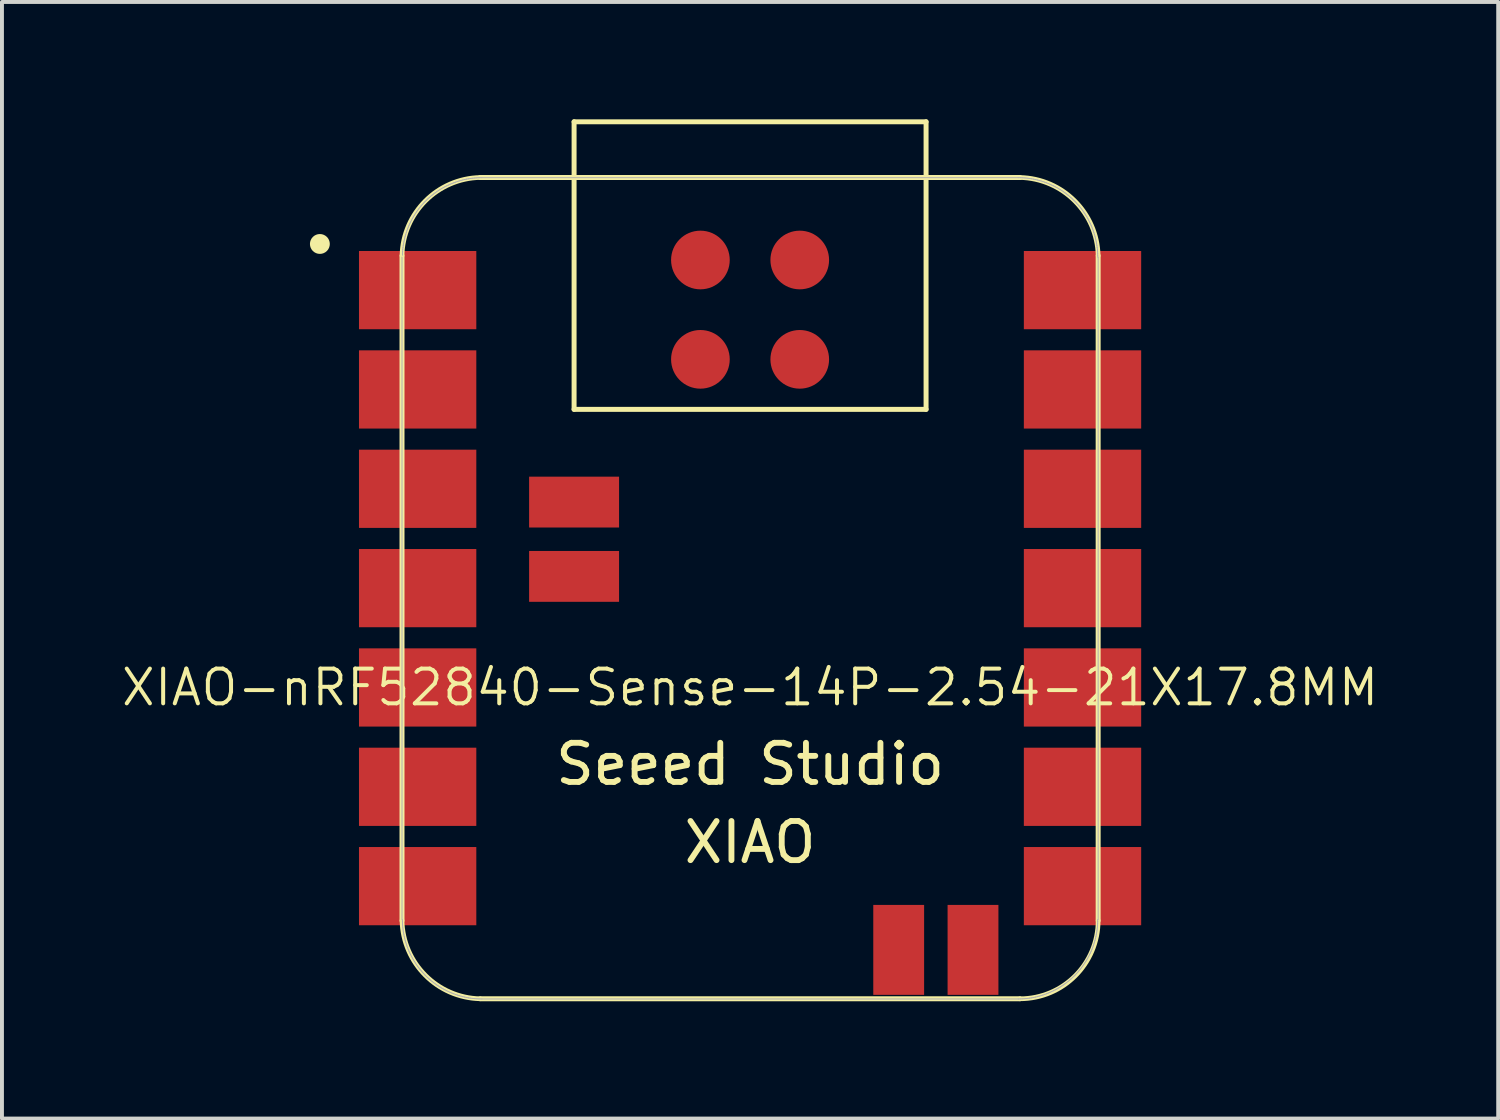
<source format=kicad_pcb>
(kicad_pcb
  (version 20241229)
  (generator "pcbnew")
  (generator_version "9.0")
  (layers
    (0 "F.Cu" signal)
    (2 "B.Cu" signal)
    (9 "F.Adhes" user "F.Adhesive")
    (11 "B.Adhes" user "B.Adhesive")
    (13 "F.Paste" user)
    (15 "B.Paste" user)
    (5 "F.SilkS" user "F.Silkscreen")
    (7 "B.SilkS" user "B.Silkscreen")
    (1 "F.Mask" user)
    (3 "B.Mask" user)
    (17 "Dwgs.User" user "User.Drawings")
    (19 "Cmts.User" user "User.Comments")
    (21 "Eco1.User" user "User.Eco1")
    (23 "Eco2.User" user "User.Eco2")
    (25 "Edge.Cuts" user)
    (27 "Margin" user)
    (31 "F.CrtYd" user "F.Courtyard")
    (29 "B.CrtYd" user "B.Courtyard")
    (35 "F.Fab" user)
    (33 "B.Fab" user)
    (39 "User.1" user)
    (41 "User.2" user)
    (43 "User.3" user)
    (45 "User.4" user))
  (footprint "XIAO-nRF52840-Sense-14P-2.54-21X17.8MM"
    (layer "F.Cu")
    (at 16.129 11.988)
    (property "Reference" "XIAO-nRF52840-Sense-14P-2.54-21X17.8MM" (at 0 2.54 0) (layer "F.SilkS") (effects (font (size 0.889 0.889) (thickness 0.102))))
    (attr smd)
    (fp_line (start -8.9 -8.5) (end -8.9 8.5) (stroke (width 0.127) (type solid)) (layer "F.SilkS"))
    (fp_line (start -6.9 10.5) (end 6.9 10.5) (stroke (width 0.127) (type solid)) (layer "F.SilkS"))
    (fp_line (start -4.5 -11.924) (end 4.5 -11.924) (stroke (width 0.127) (type solid)) (layer "F.SilkS"))
    (fp_line (start -4.5 -4.571) (end -4.5 -11.924) (stroke (width 0.127) (type solid)) (layer "F.SilkS"))
    (fp_line (start 4.5 -11.924) (end 4.5 -4.571) (stroke (width 0.127) (type solid)) (layer "F.SilkS"))
    (fp_line (start 4.5 -4.571) (end -4.5 -4.571) (stroke (width 0.127) (type solid)) (layer "F.SilkS"))
    (fp_line (start 6.9 -10.499) (end -6.9 -10.499) (stroke (width 0.127) (type solid)) (layer "F.SilkS"))
    (fp_line (start 8.9 8.5) (end 8.9 -8.5) (stroke (width 0.127) (type solid)) (layer "F.SilkS"))
    (fp_arc (start -8.9 -8.5) (mid -8.301491 -9.901491) (end -6.9 -10.5) (stroke (width 0.12) (type solid)) (layer "F.SilkS"))
    (fp_arc (start -6.9 10.5) (mid -8.301423 9.901423) (end -8.9 8.5) (stroke (width 0.12) (type solid)) (layer "F.SilkS"))
    (fp_arc (start 6.9 -10.5) (mid 8.301491 -9.901491) (end 8.9 -8.5) (stroke (width 0.12) (type solid)) (layer "F.SilkS"))
    (fp_arc (start 8.9 8.5) (mid 8.314214 9.914214) (end 6.9 10.5) (stroke (width 0.12) (type solid)) (layer "F.SilkS"))
    (fp_circle (center -11 -8.8) (end -11 -9.054) (stroke (width 0) (type solid)) (fill yes) (layer "F.SilkS"))
    (fp_poly (pts (xy -8.888 -8.562) (xy -8.885 -8.61) (xy -8.881 -8.659)) (stroke (width 0.025) (type solid)) (fill no) (layer "F.SilkS"))
    (fp_poly (pts (xy 8.889 8.522) (xy 8.888 8.571) (xy 8.885 8.62) (xy 8.881 8.669) (xy 8.875 8.717) (xy 8.869 8.766) (xy 8.861 8.815) (xy 8.852 8.863) (xy 8.842 8.911)) (stroke (width 0.025) (type solid)) (fill no) (layer "F.SilkS"))
    (fp_line (start -8.9 -8.463) (end -8.9 8.473) (stroke (width 0.025) (type solid)) (layer "F.Fab"))
    (fp_line (start -8.89 8.473) (end -8.889 8.522) (stroke (width 0.025) (type solid)) (layer "F.Fab"))
    (fp_line (start -8.889 8.522) (end -8.888 8.571) (stroke (width 0.025) (type solid)) (layer "F.Fab"))
    (fp_line (start -8.888 -8.562) (end -8.889 -8.512) (stroke (width 0.025) (type solid)) (layer "F.Fab"))
    (fp_line (start -8.888 8.571) (end -8.885 8.62) (stroke (width 0.025) (type solid)) (layer "F.Fab"))
    (fp_line (start -8.885 -8.61) (end -8.888 -8.562) (stroke (width 0.025) (type solid)) (layer "F.Fab"))
    (fp_line (start -8.885 8.62) (end -8.881 8.669) (stroke (width 0.025) (type solid)) (layer "F.Fab"))
    (fp_line (start -8.881 -8.659) (end -8.885 -8.61) (stroke (width 0.025) (type solid)) (layer "F.Fab"))
    (fp_line (start -8.881 8.669) (end -8.875 8.717) (stroke (width 0.025) (type solid)) (layer "F.Fab"))
    (fp_line (start -8.875 -8.708) (end -8.881 -8.659) (stroke (width 0.025) (type solid)) (layer "F.Fab"))
    (fp_line (start -8.875 8.717) (end -8.869 8.766) (stroke (width 0.025) (type solid)) (layer "F.Fab"))
    (fp_line (start -8.869 -8.757) (end -8.875 -8.708) (stroke (width 0.025) (type solid)) (layer "F.Fab"))
    (fp_line (start -8.869 8.766) (end -8.861 8.815) (stroke (width 0.025) (type solid)) (layer "F.Fab"))
    (fp_line (start -8.861 -8.806) (end -8.869 -8.757) (stroke (width 0.025) (type solid)) (layer "F.Fab"))
    (fp_line (start -8.861 8.815) (end -8.852 8.863) (stroke (width 0.025) (type solid)) (layer "F.Fab"))
    (fp_line (start -8.852 -8.854) (end -8.861 -8.806) (stroke (width 0.025) (type solid)) (layer "F.Fab"))
    (fp_line (start -8.852 8.863) (end -8.842 8.911) (stroke (width 0.025) (type solid)) (layer "F.Fab"))
    (fp_line (start -8.842 -8.902) (end -8.852 -8.854) (stroke (width 0.025) (type solid)) (layer "F.Fab"))
    (fp_line (start -8.842 8.911) (end -8.831 8.959) (stroke (width 0.025) (type solid)) (layer "F.Fab"))
    (fp_line (start -8.831 -8.95) (end -8.842 -8.902) (stroke (width 0.025) (type solid)) (layer "F.Fab"))
    (fp_line (start -8.831 8.959) (end -8.819 9.006) (stroke (width 0.025) (type solid)) (layer "F.Fab"))
    (fp_line (start -8.819 -8.997) (end -8.831 -8.95) (stroke (width 0.025) (type solid)) (layer "F.Fab"))
    (fp_line (start -8.819 9.006) (end -8.805 9.054) (stroke (width 0.025) (type solid)) (layer "F.Fab"))
    (fp_line (start -8.805 -9.045) (end -8.819 -8.997) (stroke (width 0.025) (type solid)) (layer "F.Fab"))
    (fp_line (start -8.805 9.054) (end -8.79 9.1) (stroke (width 0.025) (type solid)) (layer "F.Fab"))
    (fp_line (start -8.79 -9.091) (end -8.805 -9.045) (stroke (width 0.025) (type solid)) (layer "F.Fab"))
    (fp_line (start -8.79 9.1) (end -8.775 9.147) (stroke (width 0.025) (type solid)) (layer "F.Fab"))
    (fp_line (start -8.775 -9.138) (end -8.79 -9.091) (stroke (width 0.025) (type solid)) (layer "F.Fab"))
    (fp_line (start -8.775 9.147) (end -8.758 9.193) (stroke (width 0.025) (type solid)) (layer "F.Fab"))
    (fp_line (start -8.758 -9.184) (end -8.775 -9.138) (stroke (width 0.025) (type solid)) (layer "F.Fab"))
    (fp_line (start -8.758 9.193) (end -8.74 9.239) (stroke (width 0.025) (type solid)) (layer "F.Fab"))
    (fp_line (start -8.74 -9.23) (end -8.758 -9.184) (stroke (width 0.025) (type solid)) (layer "F.Fab"))
    (fp_line (start -8.74 9.239) (end -8.721 9.284) (stroke (width 0.025) (type solid)) (layer "F.Fab"))
    (fp_line (start -8.721 -9.275) (end -8.74 -9.23) (stroke (width 0.025) (type solid)) (layer "F.Fab"))
    (fp_line (start -8.721 9.284) (end -8.701 9.329) (stroke (width 0.025) (type solid)) (layer "F.Fab"))
    (fp_line (start -8.701 -9.32) (end -8.721 -9.275) (stroke (width 0.025) (type solid)) (layer "F.Fab"))
    (fp_line (start -8.701 9.329) (end -8.679 9.373) (stroke (width 0.025) (type solid)) (layer "F.Fab"))
    (fp_line (start -8.679 -9.364) (end -8.701 -9.32) (stroke (width 0.025) (type solid)) (layer "F.Fab"))
    (fp_line (start -8.679 9.373) (end -8.657 9.417) (stroke (width 0.025) (type solid)) (layer "F.Fab"))
    (fp_line (start -8.657 -9.408) (end -8.679 -9.364) (stroke (width 0.025) (type solid)) (layer "F.Fab"))
    (fp_line (start -8.657 9.417) (end -8.634 9.46) (stroke (width 0.025) (type solid)) (layer "F.Fab"))
    (fp_line (start -8.634 -9.451) (end -8.657 -9.408) (stroke (width 0.025) (type solid)) (layer "F.Fab"))
    (fp_line (start -8.634 9.46) (end -8.61 9.503) (stroke (width 0.025) (type solid)) (layer "F.Fab"))
    (fp_line (start -8.61 -9.494) (end -8.634 -9.451) (stroke (width 0.025) (type solid)) (layer "F.Fab"))
    (fp_line (start -8.61 9.503) (end -8.584 9.545) (stroke (width 0.025) (type solid)) (layer "F.Fab"))
    (fp_line (start -8.584 -9.536) (end -8.61 -9.494) (stroke (width 0.025) (type solid)) (layer "F.Fab"))
    (fp_line (start -8.584 9.545) (end -8.558 9.586) (stroke (width 0.025) (type solid)) (layer "F.Fab"))
    (fp_line (start -8.558 -9.577) (end -8.584 -9.536) (stroke (width 0.025) (type solid)) (layer "F.Fab"))
    (fp_line (start -8.558 9.586) (end -8.53 9.627) (stroke (width 0.025) (type solid)) (layer "F.Fab"))
    (fp_line (start -8.53 -9.618) (end -8.558 -9.577) (stroke (width 0.025) (type solid)) (layer "F.Fab"))
    (fp_line (start -8.53 9.627) (end -8.502 9.667) (stroke (width 0.025) (type solid)) (layer "F.Fab"))
    (fp_line (start -8.502 -9.658) (end -8.53 -9.618) (stroke (width 0.025) (type solid)) (layer "F.Fab"))
    (fp_line (start -8.502 9.667) (end -8.473 9.706) (stroke (width 0.025) (type solid)) (layer "F.Fab"))
    (fp_line (start -8.473 -9.697) (end -8.502 -9.658) (stroke (width 0.025) (type solid)) (layer "F.Fab"))
    (fp_line (start -8.473 9.706) (end -8.442 9.745) (stroke (width 0.025) (type solid)) (layer "F.Fab"))
    (fp_line (start -8.442 -9.736) (end -8.473 -9.697) (stroke (width 0.025) (type solid)) (layer "F.Fab"))
    (fp_line (start -8.442 9.745) (end -8.411 9.783) (stroke (width 0.025) (type solid)) (layer "F.Fab"))
    (fp_line (start -8.411 -9.774) (end -8.442 -9.736) (stroke (width 0.025) (type solid)) (layer "F.Fab"))
    (fp_line (start -8.411 9.783) (end -8.379 9.82) (stroke (width 0.025) (type solid)) (layer "F.Fab"))
    (fp_line (start -8.379 -9.811) (end -8.411 -9.774) (stroke (width 0.025) (type solid)) (layer "F.Fab"))
    (fp_line (start -8.379 9.82) (end -8.346 9.856) (stroke (width 0.025) (type solid)) (layer "F.Fab"))
    (fp_line (start -8.346 -9.847) (end -8.379 -9.811) (stroke (width 0.025) (type solid)) (layer "F.Fab"))
    (fp_line (start -8.346 9.856) (end -8.312 9.892) (stroke (width 0.025) (type solid)) (layer "F.Fab"))
    (fp_line (start -8.312 -9.883) (end -8.346 -9.847) (stroke (width 0.025) (type solid)) (layer "F.Fab"))
    (fp_line (start -8.312 9.892) (end -8.277 9.927) (stroke (width 0.025) (type solid)) (layer "F.Fab"))
    (fp_line (start -8.277 -9.918) (end -8.312 -9.883) (stroke (width 0.025) (type solid)) (layer "F.Fab"))
    (fp_line (start -8.277 9.927) (end -8.242 9.96) (stroke (width 0.025) (type solid)) (layer "F.Fab"))
    (fp_line (start -8.242 -9.951) (end -8.277 -9.918) (stroke (width 0.025) (type solid)) (layer "F.Fab"))
    (fp_line (start -8.242 9.96) (end -8.205 9.994) (stroke (width 0.025) (type solid)) (layer "F.Fab"))
    (fp_line (start -8.205 -9.984) (end -8.242 -9.951) (stroke (width 0.025) (type solid)) (layer "F.Fab"))
    (fp_line (start -8.205 9.994) (end -8.168 10.026) (stroke (width 0.025) (type solid)) (layer "F.Fab"))
    (fp_line (start -8.168 -10.017) (end -8.205 -9.984) (stroke (width 0.025) (type solid)) (layer "F.Fab"))
    (fp_line (start -8.168 10.026) (end -8.13 10.057) (stroke (width 0.025) (type solid)) (layer "F.Fab"))
    (fp_line (start -8.13 -10.048) (end -8.168 -10.017) (stroke (width 0.025) (type solid)) (layer "F.Fab"))
    (fp_line (start -8.13 10.057) (end -8.092 10.087) (stroke (width 0.025) (type solid)) (layer "F.Fab"))
    (fp_line (start -8.092 -10.078) (end -8.13 -10.048) (stroke (width 0.025) (type solid)) (layer "F.Fab"))
    (fp_line (start -8.092 10.087) (end -8.052 10.116) (stroke (width 0.025) (type solid)) (layer "F.Fab"))
    (fp_line (start -8.052 -10.107) (end -8.092 -10.078) (stroke (width 0.025) (type solid)) (layer "F.Fab"))
    (fp_line (start -8.052 10.116) (end -8.012 10.145) (stroke (width 0.025) (type solid)) (layer "F.Fab"))
    (fp_line (start -8.012 -10.136) (end -8.052 -10.107) (stroke (width 0.025) (type solid)) (layer "F.Fab"))
    (fp_line (start -8.012 10.145) (end -7.972 10.172) (stroke (width 0.025) (type solid)) (layer "F.Fab"))
    (fp_line (start -7.972 -10.163) (end -8.012 -10.136) (stroke (width 0.025) (type solid)) (layer "F.Fab"))
    (fp_line (start -7.972 10.172) (end -7.93 10.199) (stroke (width 0.025) (type solid)) (layer "F.Fab"))
    (fp_line (start -7.93 -10.19) (end -7.972 -10.163) (stroke (width 0.025) (type solid)) (layer "F.Fab"))
    (fp_line (start -7.93 10.199) (end -7.888 10.224) (stroke (width 0.025) (type solid)) (layer "F.Fab"))
    (fp_line (start -7.888 -10.215) (end -7.93 -10.19) (stroke (width 0.025) (type solid)) (layer "F.Fab"))
    (fp_line (start -7.888 10.224) (end -7.846 10.249) (stroke (width 0.025) (type solid)) (layer "F.Fab"))
    (fp_line (start -7.846 -10.239) (end -7.888 -10.215) (stroke (width 0.025) (type solid)) (layer "F.Fab"))
    (fp_line (start -7.846 10.249) (end -7.802 10.272) (stroke (width 0.025) (type solid)) (layer "F.Fab"))
    (fp_line (start -7.802 -10.263) (end -7.846 -10.239) (stroke (width 0.025) (type solid)) (layer "F.Fab"))
    (fp_line (start -7.802 10.272) (end -7.759 10.294) (stroke (width 0.025) (type solid)) (layer "F.Fab"))
    (fp_line (start -7.759 -10.285) (end -7.802 -10.263) (stroke (width 0.025) (type solid)) (layer "F.Fab"))
    (fp_line (start -7.759 10.294) (end -7.714 10.315) (stroke (width 0.025) (type solid)) (layer "F.Fab"))
    (fp_line (start -7.714 -10.306) (end -7.759 -10.285) (stroke (width 0.025) (type solid)) (layer "F.Fab"))
    (fp_line (start -7.714 10.315) (end -7.67 10.335) (stroke (width 0.025) (type solid)) (layer "F.Fab"))
    (fp_line (start -7.67 -10.326) (end -7.714 -10.306) (stroke (width 0.025) (type solid)) (layer "F.Fab"))
    (fp_line (start -7.67 10.335) (end -7.624 10.354) (stroke (width 0.025) (type solid)) (layer "F.Fab"))
    (fp_line (start -7.624 -10.345) (end -7.67 -10.326) (stroke (width 0.025) (type solid)) (layer "F.Fab"))
    (fp_line (start -7.624 10.354) (end -7.579 10.372) (stroke (width 0.025) (type solid)) (layer "F.Fab"))
    (fp_line (start -7.579 -10.363) (end -7.624 -10.345) (stroke (width 0.025) (type solid)) (layer "F.Fab"))
    (fp_line (start -7.579 10.372) (end -7.532 10.389) (stroke (width 0.025) (type solid)) (layer "F.Fab"))
    (fp_line (start -7.532 -10.38) (end -7.579 -10.363) (stroke (width 0.025) (type solid)) (layer "F.Fab"))
    (fp_line (start -7.532 10.389) (end -7.486 10.405) (stroke (width 0.025) (type solid)) (layer "F.Fab"))
    (fp_line (start -7.486 -10.396) (end -7.532 -10.38) (stroke (width 0.025) (type solid)) (layer "F.Fab"))
    (fp_line (start -7.486 10.405) (end -7.439 10.42) (stroke (width 0.025) (type solid)) (layer "F.Fab"))
    (fp_line (start -7.439 -10.411) (end -7.486 -10.396) (stroke (width 0.025) (type solid)) (layer "F.Fab"))
    (fp_line (start -7.439 10.42) (end -7.392 10.433) (stroke (width 0.025) (type solid)) (layer "F.Fab"))
    (fp_line (start -7.392 -10.424) (end -7.439 -10.411) (stroke (width 0.025) (type solid)) (layer "F.Fab"))
    (fp_line (start -7.392 10.433) (end -7.344 10.446) (stroke (width 0.025) (type solid)) (layer "F.Fab"))
    (fp_line (start -7.344 -10.436) (end -7.392 -10.424) (stroke (width 0.025) (type solid)) (layer "F.Fab"))
    (fp_line (start -7.344 10.446) (end -7.296 10.457) (stroke (width 0.025) (type solid)) (layer "F.Fab"))
    (fp_line (start -7.296 -10.448) (end -7.344 -10.436) (stroke (width 0.025) (type solid)) (layer "F.Fab"))
    (fp_line (start -7.296 10.457) (end -7.248 10.467) (stroke (width 0.025) (type solid)) (layer "F.Fab"))
    (fp_line (start -7.248 -10.458) (end -7.296 -10.448) (stroke (width 0.025) (type solid)) (layer "F.Fab"))
    (fp_line (start -7.248 10.467) (end -7.2 10.476) (stroke (width 0.025) (type solid)) (layer "F.Fab"))
    (fp_line (start -7.2 -10.466) (end -7.248 -10.458) (stroke (width 0.025) (type solid)) (layer "F.Fab"))
    (fp_line (start -7.2 10.476) (end -7.152 10.483) (stroke (width 0.025) (type solid)) (layer "F.Fab"))
    (fp_line (start -7.152 -10.474) (end -7.2 -10.466) (stroke (width 0.025) (type solid)) (layer "F.Fab"))
    (fp_line (start -7.152 10.483) (end -7.103 10.49) (stroke (width 0.025) (type solid)) (layer "F.Fab"))
    (fp_line (start -7.103 -10.481) (end -7.152 -10.474) (stroke (width 0.025) (type solid)) (layer "F.Fab"))
    (fp_line (start -7.103 10.49) (end -7.054 10.495) (stroke (width 0.025) (type solid)) (layer "F.Fab"))
    (fp_line (start -7.054 -10.486) (end -7.103 -10.481) (stroke (width 0.025) (type solid)) (layer "F.Fab"))
    (fp_line (start -7.054 10.495) (end -7.005 10.499) (stroke (width 0.025) (type solid)) (layer "F.Fab"))
    (fp_line (start -7.005 -10.49) (end -7.054 -10.486) (stroke (width 0.025) (type solid)) (layer "F.Fab"))
    (fp_line (start -7.005 10.499) (end -6.956 10.502) (stroke (width 0.025) (type solid)) (layer "F.Fab"))
    (fp_line (start -6.956 -10.493) (end -7.005 -10.49) (stroke (width 0.025) (type solid)) (layer "F.Fab"))
    (fp_line (start -6.956 10.502) (end -6.907 10.504) (stroke (width 0.025) (type solid)) (layer "F.Fab"))
    (fp_line (start -6.907 -10.495) (end -6.956 -10.493) (stroke (width 0.025) (type solid)) (layer "F.Fab"))
    (fp_line (start -6.907 10.504) (end -6.858 10.505) (stroke (width 0.025) (type solid)) (layer "F.Fab"))
    (fp_line (start -6.858 -10.495) (end -6.907 -10.495) (stroke (width 0.025) (type solid)) (layer "F.Fab"))
    (fp_line (start -6.858 10.505) (end 6.858 10.505) (stroke (width 0.025) (type solid)) (layer "F.Fab"))
    (fp_line (start 6.858 -10.495) (end -6.858 -10.495) (stroke (width 0.025) (type solid)) (layer "F.Fab"))
    (fp_line (start 6.858 10.505) (end 6.907 10.504) (stroke (width 0.025) (type solid)) (layer "F.Fab"))
    (fp_line (start 6.907 -10.495) (end 6.858 -10.495) (stroke (width 0.025) (type solid)) (layer "F.Fab"))
    (fp_line (start 6.907 10.504) (end 6.956 10.502) (stroke (width 0.025) (type solid)) (layer "F.Fab"))
    (fp_line (start 6.956 -10.493) (end 6.907 -10.495) (stroke (width 0.025) (type solid)) (layer "F.Fab"))
    (fp_line (start 6.956 10.502) (end 7.005 10.499) (stroke (width 0.025) (type solid)) (layer "F.Fab"))
    (fp_line (start 7.005 -10.49) (end 6.956 -10.493) (stroke (width 0.025) (type solid)) (layer "F.Fab"))
    (fp_line (start 7.005 10.499) (end 7.054 10.495) (stroke (width 0.025) (type solid)) (layer "F.Fab"))
    (fp_line (start 7.054 -10.486) (end 7.005 -10.49) (stroke (width 0.025) (type solid)) (layer "F.Fab"))
    (fp_line (start 7.054 10.495) (end 7.103 10.49) (stroke (width 0.025) (type solid)) (layer "F.Fab"))
    (fp_line (start 7.103 -10.481) (end 7.054 -10.486) (stroke (width 0.025) (type solid)) (layer "F.Fab"))
    (fp_line (start 7.103 10.49) (end 7.152 10.483) (stroke (width 0.025) (type solid)) (layer "F.Fab"))
    (fp_line (start 7.152 -10.474) (end 7.103 -10.481) (stroke (width 0.025) (type solid)) (layer "F.Fab"))
    (fp_line (start 7.152 10.483) (end 7.2 10.476) (stroke (width 0.025) (type solid)) (layer "F.Fab"))
    (fp_line (start 7.2 -10.466) (end 7.152 -10.474) (stroke (width 0.025) (type solid)) (layer "F.Fab"))
    (fp_line (start 7.2 10.476) (end 7.248 10.467) (stroke (width 0.025) (type solid)) (layer "F.Fab"))
    (fp_line (start 7.248 -10.458) (end 7.2 -10.466) (stroke (width 0.025) (type solid)) (layer "F.Fab"))
    (fp_line (start 7.248 10.467) (end 7.296 10.457) (stroke (width 0.025) (type solid)) (layer "F.Fab"))
    (fp_line (start 7.296 -10.448) (end 7.248 -10.458) (stroke (width 0.025) (type solid)) (layer "F.Fab"))
    (fp_line (start 7.296 10.457) (end 7.344 10.446) (stroke (width 0.025) (type solid)) (layer "F.Fab"))
    (fp_line (start 7.344 -10.436) (end 7.296 -10.448) (stroke (width 0.025) (type solid)) (layer "F.Fab"))
    (fp_line (start 7.344 10.446) (end 7.392 10.433) (stroke (width 0.025) (type solid)) (layer "F.Fab"))
    (fp_line (start 7.392 -10.424) (end 7.344 -10.436) (stroke (width 0.025) (type solid)) (layer "F.Fab"))
    (fp_line (start 7.392 10.433) (end 7.439 10.42) (stroke (width 0.025) (type solid)) (layer "F.Fab"))
    (fp_line (start 7.439 -10.411) (end 7.392 -10.424) (stroke (width 0.025) (type solid)) (layer "F.Fab"))
    (fp_line (start 7.439 10.42) (end 7.486 10.405) (stroke (width 0.025) (type solid)) (layer "F.Fab"))
    (fp_line (start 7.486 -10.396) (end 7.439 -10.411) (stroke (width 0.025) (type solid)) (layer "F.Fab"))
    (fp_line (start 7.486 10.405) (end 7.532 10.389) (stroke (width 0.025) (type solid)) (layer "F.Fab"))
    (fp_line (start 7.532 -10.38) (end 7.486 -10.396) (stroke (width 0.025) (type solid)) (layer "F.Fab"))
    (fp_line (start 7.532 10.389) (end 7.579 10.372) (stroke (width 0.025) (type solid)) (layer "F.Fab"))
    (fp_line (start 7.579 -10.363) (end 7.532 -10.38) (stroke (width 0.025) (type solid)) (layer "F.Fab"))
    (fp_line (start 7.579 10.372) (end 7.624 10.354) (stroke (width 0.025) (type solid)) (layer "F.Fab"))
    (fp_line (start 7.624 -10.345) (end 7.579 -10.363) (stroke (width 0.025) (type solid)) (layer "F.Fab"))
    (fp_line (start 7.624 10.354) (end 7.67 10.335) (stroke (width 0.025) (type solid)) (layer "F.Fab"))
    (fp_line (start 7.67 -10.326) (end 7.624 -10.345) (stroke (width 0.025) (type solid)) (layer "F.Fab"))
    (fp_line (start 7.67 10.335) (end 7.714 10.315) (stroke (width 0.025) (type solid)) (layer "F.Fab"))
    (fp_line (start 7.714 -10.306) (end 7.67 -10.326) (stroke (width 0.025) (type solid)) (layer "F.Fab"))
    (fp_line (start 7.714 10.315) (end 7.759 10.294) (stroke (width 0.025) (type solid)) (layer "F.Fab"))
    (fp_line (start 7.759 -10.285) (end 7.714 -10.306) (stroke (width 0.025) (type solid)) (layer "F.Fab"))
    (fp_line (start 7.759 10.294) (end 7.802 10.272) (stroke (width 0.025) (type solid)) (layer "F.Fab"))
    (fp_line (start 7.802 -10.263) (end 7.759 -10.285) (stroke (width 0.025) (type solid)) (layer "F.Fab"))
    (fp_line (start 7.802 10.272) (end 7.846 10.249) (stroke (width 0.025) (type solid)) (layer "F.Fab"))
    (fp_line (start 7.846 -10.239) (end 7.802 -10.263) (stroke (width 0.025) (type solid)) (layer "F.Fab"))
    (fp_line (start 7.846 10.249) (end 7.888 10.224) (stroke (width 0.025) (type solid)) (layer "F.Fab"))
    (fp_line (start 7.888 -10.215) (end 7.846 -10.239) (stroke (width 0.025) (type solid)) (layer "F.Fab"))
    (fp_line (start 7.888 10.224) (end 7.93 10.199) (stroke (width 0.025) (type solid)) (layer "F.Fab"))
    (fp_line (start 7.93 -10.19) (end 7.888 -10.215) (stroke (width 0.025) (type solid)) (layer "F.Fab"))
    (fp_line (start 7.93 10.199) (end 7.972 10.172) (stroke (width 0.025) (type solid)) (layer "F.Fab"))
    (fp_line (start 7.972 -10.163) (end 7.93 -10.19) (stroke (width 0.025) (type solid)) (layer "F.Fab"))
    (fp_line (start 7.972 10.172) (end 8.012 10.145) (stroke (width 0.025) (type solid)) (layer "F.Fab"))
    (fp_line (start 8.012 -10.136) (end 7.972 -10.163) (stroke (width 0.025) (type solid)) (layer "F.Fab"))
    (fp_line (start 8.012 10.145) (end 8.052 10.116) (stroke (width 0.025) (type solid)) (layer "F.Fab"))
    (fp_line (start 8.052 -10.107) (end 8.012 -10.136) (stroke (width 0.025) (type solid)) (layer "F.Fab"))
    (fp_line (start 8.052 10.116) (end 8.092 10.087) (stroke (width 0.025) (type solid)) (layer "F.Fab"))
    (fp_line (start 8.092 -10.078) (end 8.052 -10.107) (stroke (width 0.025) (type solid)) (layer "F.Fab"))
    (fp_line (start 8.092 10.087) (end 8.13 10.057) (stroke (width 0.025) (type solid)) (layer "F.Fab"))
    (fp_line (start 8.13 -10.048) (end 8.092 -10.078) (stroke (width 0.025) (type solid)) (layer "F.Fab"))
    (fp_line (start 8.13 10.057) (end 8.168 10.026) (stroke (width 0.025) (type solid)) (layer "F.Fab"))
    (fp_line (start 8.168 -10.017) (end 8.13 -10.048) (stroke (width 0.025) (type solid)) (layer "F.Fab"))
    (fp_line (start 8.168 10.026) (end 8.205 9.994) (stroke (width 0.025) (type solid)) (layer "F.Fab"))
    (fp_line (start 8.205 -9.984) (end 8.168 -10.017) (stroke (width 0.025) (type solid)) (layer "F.Fab"))
    (fp_line (start 8.205 9.994) (end 8.242 9.96) (stroke (width 0.025) (type solid)) (layer "F.Fab"))
    (fp_line (start 8.242 -9.951) (end 8.205 -9.984) (stroke (width 0.025) (type solid)) (layer "F.Fab"))
    (fp_line (start 8.242 9.96) (end 8.277 9.927) (stroke (width 0.025) (type solid)) (layer "F.Fab"))
    (fp_line (start 8.277 -9.918) (end 8.242 -9.951) (stroke (width 0.025) (type solid)) (layer "F.Fab"))
    (fp_line (start 8.277 9.927) (end 8.312 9.892) (stroke (width 0.025) (type solid)) (layer "F.Fab"))
    (fp_line (start 8.312 -9.883) (end 8.277 -9.918) (stroke (width 0.025) (type solid)) (layer "F.Fab"))
    (fp_line (start 8.312 9.892) (end 8.346 9.856) (stroke (width 0.025) (type solid)) (layer "F.Fab"))
    (fp_line (start 8.346 -9.847) (end 8.312 -9.883) (stroke (width 0.025) (type solid)) (layer "F.Fab"))
    (fp_line (start 8.346 9.856) (end 8.379 9.82) (stroke (width 0.025) (type solid)) (layer "F.Fab"))
    (fp_line (start 8.379 -9.811) (end 8.346 -9.847) (stroke (width 0.025) (type solid)) (layer "F.Fab"))
    (fp_line (start 8.379 9.82) (end 8.411 9.783) (stroke (width 0.025) (type solid)) (layer "F.Fab"))
    (fp_line (start 8.411 -9.774) (end 8.379 -9.811) (stroke (width 0.025) (type solid)) (layer "F.Fab"))
    (fp_line (start 8.411 9.783) (end 8.442 9.745) (stroke (width 0.025) (type solid)) (layer "F.Fab"))
    (fp_line (start 8.442 -9.736) (end 8.411 -9.774) (stroke (width 0.025) (type solid)) (layer "F.Fab"))
    (fp_line (start 8.442 9.745) (end 8.473 9.706) (stroke (width 0.025) (type solid)) (layer "F.Fab"))
    (fp_line (start 8.473 -9.697) (end 8.442 -9.736) (stroke (width 0.025) (type solid)) (layer "F.Fab"))
    (fp_line (start 8.473 9.706) (end 8.502 9.667) (stroke (width 0.025) (type solid)) (layer "F.Fab"))
    (fp_line (start 8.502 -9.658) (end 8.473 -9.697) (stroke (width 0.025) (type solid)) (layer "F.Fab"))
    (fp_line (start 8.502 9.667) (end 8.53 9.627) (stroke (width 0.025) (type solid)) (layer "F.Fab"))
    (fp_line (start 8.53 -9.618) (end 8.502 -9.658) (stroke (width 0.025) (type solid)) (layer "F.Fab"))
    (fp_line (start 8.53 9.627) (end 8.558 9.586) (stroke (width 0.025) (type solid)) (layer "F.Fab"))
    (fp_line (start 8.558 -9.577) (end 8.53 -9.618) (stroke (width 0.025) (type solid)) (layer "F.Fab"))
    (fp_line (start 8.558 9.586) (end 8.584 9.545) (stroke (width 0.025) (type solid)) (layer "F.Fab"))
    (fp_line (start 8.584 -9.536) (end 8.558 -9.577) (stroke (width 0.025) (type solid)) (layer "F.Fab"))
    (fp_line (start 8.584 9.545) (end 8.61 9.503) (stroke (width 0.025) (type solid)) (layer "F.Fab"))
    (fp_line (start 8.61 -9.494) (end 8.584 -9.536) (stroke (width 0.025) (type solid)) (layer "F.Fab"))
    (fp_line (start 8.61 9.503) (end 8.634 9.46) (stroke (width 0.025) (type solid)) (layer "F.Fab"))
    (fp_line (start 8.634 -9.451) (end 8.61 -9.494) (stroke (width 0.025) (type solid)) (layer "F.Fab"))
    (fp_line (start 8.634 9.46) (end 8.657 9.417) (stroke (width 0.025) (type solid)) (layer "F.Fab"))
    (fp_line (start 8.657 -9.408) (end 8.634 -9.451) (stroke (width 0.025) (type solid)) (layer "F.Fab"))
    (fp_line (start 8.657 9.417) (end 8.679 9.373) (stroke (width 0.025) (type solid)) (layer "F.Fab"))
    (fp_line (start 8.679 -9.364) (end 8.657 -9.408) (stroke (width 0.025) (type solid)) (layer "F.Fab"))
    (fp_line (start 8.679 9.373) (end 8.701 9.329) (stroke (width 0.025) (type solid)) (layer "F.Fab"))
    (fp_line (start 8.701 -9.32) (end 8.679 -9.364) (stroke (width 0.025) (type solid)) (layer "F.Fab"))
    (fp_line (start 8.701 9.329) (end 8.721 9.284) (stroke (width 0.025) (type solid)) (layer "F.Fab"))
    (fp_line (start 8.721 -9.275) (end 8.701 -9.32) (stroke (width 0.025) (type solid)) (layer "F.Fab"))
    (fp_line (start 8.721 9.284) (end 8.74 9.239) (stroke (width 0.025) (type solid)) (layer "F.Fab"))
    (fp_line (start 8.74 -9.23) (end 8.721 -9.275) (stroke (width 0.025) (type solid)) (layer "F.Fab"))
    (fp_line (start 8.74 9.239) (end 8.758 9.193) (stroke (width 0.025) (type solid)) (layer "F.Fab"))
    (fp_line (start 8.758 -9.184) (end 8.74 -9.23) (stroke (width 0.025) (type solid)) (layer "F.Fab"))
    (fp_line (start 8.758 9.193) (end 8.775 9.147) (stroke (width 0.025) (type solid)) (layer "F.Fab"))
    (fp_line (start 8.775 -9.138) (end 8.758 -9.184) (stroke (width 0.025) (type solid)) (layer "F.Fab"))
    (fp_line (start 8.775 9.147) (end 8.79 9.1) (stroke (width 0.025) (type solid)) (layer "F.Fab"))
    (fp_line (start 8.79 -9.091) (end 8.775 -9.138) (stroke (width 0.025) (type solid)) (layer "F.Fab"))
    (fp_line (start 8.79 9.1) (end 8.805 9.054) (stroke (width 0.025) (type solid)) (layer "F.Fab"))
    (fp_line (start 8.805 -9.045) (end 8.79 -9.091) (stroke (width 0.025) (type solid)) (layer "F.Fab"))
    (fp_line (start 8.805 9.054) (end 8.819 9.006) (stroke (width 0.025) (type solid)) (layer "F.Fab"))
    (fp_line (start 8.819 -8.997) (end 8.805 -9.045) (stroke (width 0.025) (type solid)) (layer "F.Fab"))
    (fp_line (start 8.819 9.006) (end 8.831 8.959) (stroke (width 0.025) (type solid)) (layer "F.Fab"))
    (fp_line (start 8.831 -8.95) (end 8.819 -8.997) (stroke (width 0.025) (type solid)) (layer "F.Fab"))
    (fp_line (start 8.831 8.959) (end 8.842 8.911) (stroke (width 0.025) (type solid)) (layer "F.Fab"))
    (fp_line (start 8.842 -8.902) (end 8.831 -8.95) (stroke (width 0.025) (type solid)) (layer "F.Fab"))
    (fp_line (start 8.842 8.911) (end 8.852 8.863) (stroke (width 0.025) (type solid)) (layer "F.Fab"))
    (fp_line (start 8.852 -8.854) (end 8.842 -8.902) (stroke (width 0.025) (type solid)) (layer "F.Fab"))
    (fp_line (start 8.852 8.863) (end 8.861 8.815) (stroke (width 0.025) (type solid)) (layer "F.Fab"))
    (fp_line (start 8.861 -8.806) (end 8.852 -8.854) (stroke (width 0.025) (type solid)) (layer "F.Fab"))
    (fp_line (start 8.861 8.815) (end 8.869 8.766) (stroke (width 0.025) (type solid)) (layer "F.Fab"))
    (fp_line (start 8.869 -8.757) (end 8.861 -8.806) (stroke (width 0.025) (type solid)) (layer "F.Fab"))
    (fp_line (start 8.869 8.766) (end 8.875 8.717) (stroke (width 0.025) (type solid)) (layer "F.Fab"))
    (fp_line (start 8.875 -8.708) (end 8.869 -8.757) (stroke (width 0.025) (type solid)) (layer "F.Fab"))
    (fp_line (start 8.875 8.717) (end 8.881 8.669) (stroke (width 0.025) (type solid)) (layer "F.Fab"))
    (fp_line (start 8.881 -8.659) (end 8.875 -8.708) (stroke (width 0.025) (type solid)) (layer "F.Fab"))
    (fp_line (start 8.881 8.669) (end 8.885 8.62) (stroke (width 0.025) (type solid)) (layer "F.Fab"))
    (fp_line (start 8.885 -8.61) (end 8.881 -8.659) (stroke (width 0.025) (type solid)) (layer "F.Fab"))
    (fp_line (start 8.885 8.62) (end 8.888 8.571) (stroke (width 0.025) (type solid)) (layer "F.Fab"))
    (fp_line (start 8.888 -8.562) (end 8.885 -8.61) (stroke (width 0.025) (type solid)) (layer "F.Fab"))
    (fp_line (start 8.888 8.571) (end 8.889 8.522) (stroke (width 0.025) (type solid)) (layer "F.Fab"))
    (fp_line (start 8.889 -8.512) (end 8.888 -8.562) (stroke (width 0.025) (type solid)) (layer "F.Fab"))
    (fp_line (start 8.889 8.522) (end 8.89 8.473) (stroke (width 0.025) (type solid)) (layer "F.Fab"))
    (fp_line (start 8.89 -8.463) (end 8.889 -8.512) (stroke (width 0.025) (type solid)) (layer "F.Fab"))
    (fp_line (start 8.9 8.473) (end 8.9 -8.463) (stroke (width 0.025) (type solid)) (layer "F.Fab"))
    (fp_text user "XIAO" (at 0 6.5 0) (unlocked yes) (layer "F.SilkS") (effects (font (size 1 1) (thickness 0.15))))
    (fp_text user "Seeed Studio" (at 0 4.5 0) (unlocked yes) (layer "F.SilkS") (effects (font (size 1 1) (thickness 0.15))))
    (pad "1" smd rect (at -8.5 -7.62) (size 3 2) (layers "F.Cu" "F.Mask" "F.Paste"))
    (pad "2" smd rect (at -8.5 -5.08) (size 3 2) (layers "F.Cu" "F.Mask" "F.Paste"))
    (pad "3" smd rect (at -8.5 -2.54) (size 3 2) (layers "F.Cu" "F.Mask" "F.Paste"))
    (pad "4" smd rect (at -8.5 0) (size 3 2) (layers "F.Cu" "F.Mask" "F.Paste"))
    (pad "5" smd rect (at -8.5 2.54) (size 3 2) (layers "F.Cu" "F.Mask" "F.Paste"))
    (pad "6" smd rect (at -8.5 5.08 180) (size 3 2) (layers "F.Cu" "F.Mask" "F.Paste"))
    (pad "7" smd rect (at -8.5 7.62) (size 3 2) (layers "F.Cu" "F.Mask" "F.Paste"))
    (pad "8" smd rect (at 8.5 7.62) (size 3 2) (layers "F.Cu" "F.Mask" "F.Paste"))
    (pad "9" smd rect (at 8.5 5.08) (size 3 2) (layers "F.Cu" "F.Mask" "F.Paste"))
    (pad "10" smd rect (at 8.5 2.54) (size 3 2) (layers "F.Cu" "F.Mask" "F.Paste"))
    (pad "11" smd rect (at 8.5 0) (size 3 2) (layers "F.Cu" "F.Mask" "F.Paste"))
    (pad "12" smd rect (at 8.5 -2.54) (size 3 2) (layers "F.Cu" "F.Mask" "F.Paste"))
    (pad "13" smd rect (at 8.5 -5.08) (size 3 2) (layers "F.Cu" "F.Mask" "F.Paste"))
    (pad "14" smd rect (at 8.5 -7.62) (size 3 2) (layers "F.Cu" "F.Mask" "F.Paste"))
    (pad "15" smd circle (at -1.27 -8.39 90) (size 1.5 1.5) (layers "F.Cu" "F.Mask" "F.Paste"))
    (pad "16" smd circle (at 1.27 -8.39 90) (size 1.5 1.5) (layers "F.Cu" "F.Mask" "F.Paste"))
    (pad "17" smd circle (at -1.27 -5.85 90) (size 1.5 1.5) (layers "F.Cu" "F.Mask" "F.Paste"))
    (pad "18" smd circle (at 1.27 -5.85 90) (size 1.5 1.5) (layers "F.Cu" "F.Mask" "F.Paste"))
    (pad "19" smd rect (at 3.8 9.25 90) (size 2.3 1.3) (layers "F.Cu" "F.Mask" "F.Paste"))
    (pad "20" smd rect (at 5.7 9.25 90) (size 2.3 1.3) (layers "F.Cu" "F.Mask" "F.Paste"))
    (pad "21" smd rect (at -4.5 -2.2 180) (size 2.3 1.3) (layers "F.Cu" "F.Mask" "F.Paste"))
    (pad "22" smd rect (at -4.5 -0.3 180) (size 2.3 1.3) (layers "F.Cu" "F.Mask" "F.Paste")))
  (gr_rect
    (start -3 -3)
    (end 35.258 25.551)
    (stroke (width 0.1) (type default))
    (fill no)
    (layer "Edge.Cuts")))
</source>
